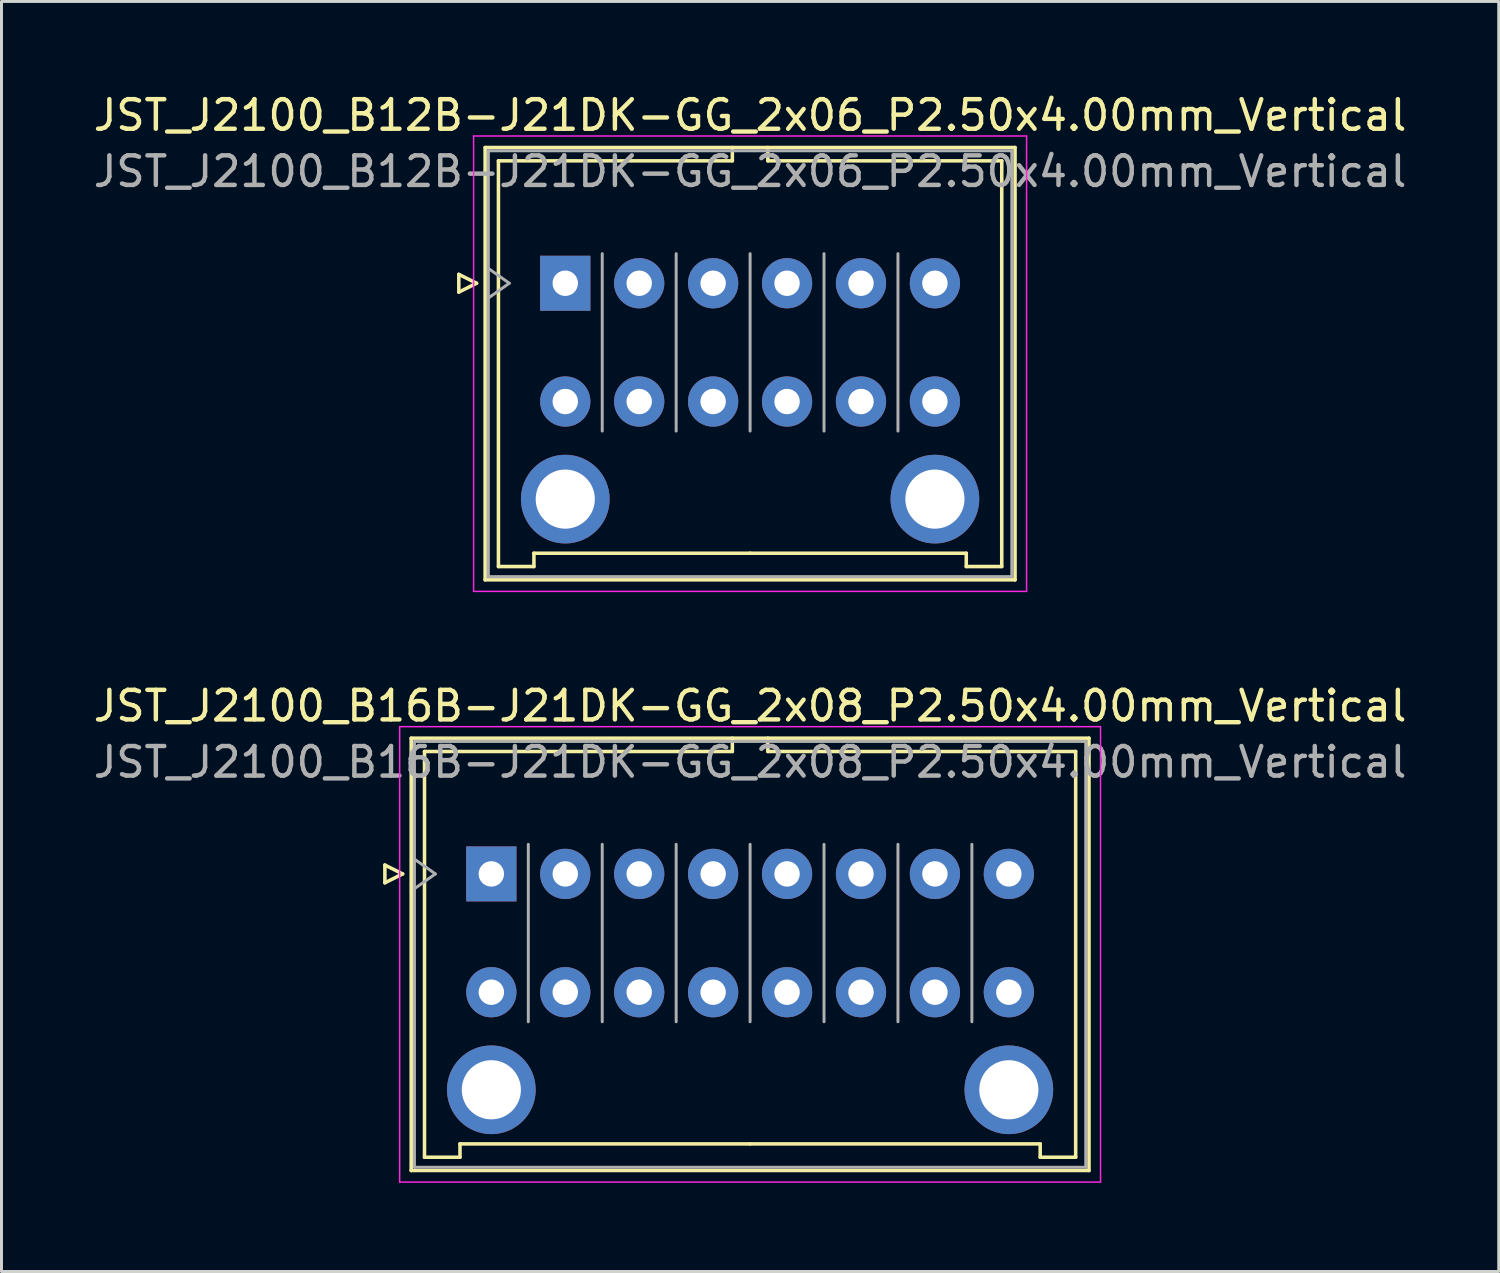
<source format=kicad_pcb>
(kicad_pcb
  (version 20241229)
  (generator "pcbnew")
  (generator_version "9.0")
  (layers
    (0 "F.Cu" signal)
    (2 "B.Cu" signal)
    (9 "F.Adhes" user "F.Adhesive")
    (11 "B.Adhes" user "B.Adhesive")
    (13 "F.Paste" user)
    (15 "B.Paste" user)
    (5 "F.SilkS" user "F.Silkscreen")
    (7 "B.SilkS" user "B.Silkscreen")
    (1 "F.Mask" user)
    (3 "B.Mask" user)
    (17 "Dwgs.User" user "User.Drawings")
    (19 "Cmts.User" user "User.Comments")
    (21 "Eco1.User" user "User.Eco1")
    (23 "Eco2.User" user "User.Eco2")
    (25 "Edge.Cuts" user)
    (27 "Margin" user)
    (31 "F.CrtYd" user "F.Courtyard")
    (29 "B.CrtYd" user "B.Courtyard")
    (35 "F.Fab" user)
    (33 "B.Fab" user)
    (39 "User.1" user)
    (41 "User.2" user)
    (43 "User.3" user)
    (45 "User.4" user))
  (footprint "JST_J2100_B12B-J21DK-GG_2x06_P2.50x4.00mm_Vertical"
    (layer "F.Cu")
    (at 16.065 6.528)
    (property "Reference" "JST_J2100_B12B-J21DK-GG_2x06_P2.50x4.00mm_Vertical" (at 6.25 -5.68 0) (layer "F.SilkS") (effects (font (size 1 1) (thickness 0.15))))
    (attr through_hole)
    (fp_line (start -3.6 -0.3) (end -3 0) (stroke (width 0.12) (type solid)) (layer "F.SilkS"))
    (fp_line (start -3.6 0.3) (end -3.6 -0.3) (stroke (width 0.12) (type solid)) (layer "F.SilkS"))
    (fp_line (start -3 0) (end -3.6 0.3) (stroke (width 0.12) (type solid)) (layer "F.SilkS"))
    (fp_line (start -2.71 -4.59) (end -2.71 10.03) (stroke (width 0.12) (type solid)) (layer "F.SilkS"))
    (fp_line (start -2.71 10.03) (end 15.21 10.03) (stroke (width 0.12) (type solid)) (layer "F.SilkS"))
    (fp_line (start -2.26 -4.14) (end -2.26 9.58) (stroke (width 0.12) (type solid)) (layer "F.SilkS"))
    (fp_line (start -2.26 9.58) (end -1.06 9.58) (stroke (width 0.12) (type solid)) (layer "F.SilkS"))
    (fp_line (start -1.06 9.13) (end 6.25 9.13) (stroke (width 0.12) (type solid)) (layer "F.SilkS"))
    (fp_line (start -1.06 9.58) (end -1.06 9.13) (stroke (width 0.12) (type solid)) (layer "F.SilkS"))
    (fp_line (start 5.65 -4.59) (end 5.65 -4.14) (stroke (width 0.12) (type solid)) (layer "F.SilkS"))
    (fp_line (start 5.65 -4.14) (end -2.26 -4.14) (stroke (width 0.12) (type solid)) (layer "F.SilkS"))
    (fp_line (start 6.85 -4.59) (end 6.85 -4.14) (stroke (width 0.12) (type solid)) (layer "F.SilkS"))
    (fp_line (start 6.85 -4.14) (end 14.76 -4.14) (stroke (width 0.12) (type solid)) (layer "F.SilkS"))
    (fp_line (start 13.56 9.13) (end 6.25 9.13) (stroke (width 0.12) (type solid)) (layer "F.SilkS"))
    (fp_line (start 13.56 9.58) (end 13.56 9.13) (stroke (width 0.12) (type solid)) (layer "F.SilkS"))
    (fp_line (start 14.76 -4.14) (end 14.76 9.58) (stroke (width 0.12) (type solid)) (layer "F.SilkS"))
    (fp_line (start 14.76 9.58) (end 13.56 9.58) (stroke (width 0.12) (type solid)) (layer "F.SilkS"))
    (fp_line (start 15.21 -4.59) (end -2.71 -4.59) (stroke (width 0.12) (type solid)) (layer "F.SilkS"))
    (fp_line (start 15.21 10.03) (end 15.21 -4.59) (stroke (width 0.12) (type solid)) (layer "F.SilkS"))
    (fp_line (start -3.1 -4.98) (end -3.1 10.42) (stroke (width 0.05) (type solid)) (layer "F.CrtYd"))
    (fp_line (start -3.1 10.42) (end 15.6 10.42) (stroke (width 0.05) (type solid)) (layer "F.CrtYd"))
    (fp_line (start 15.6 -4.98) (end -3.1 -4.98) (stroke (width 0.05) (type solid)) (layer "F.CrtYd"))
    (fp_line (start 15.6 10.42) (end 15.6 -4.98) (stroke (width 0.05) (type solid)) (layer "F.CrtYd"))
    (fp_line (start -2.6 -4.48) (end -2.6 9.92) (stroke (width 0.1) (type solid)) (layer "F.Fab"))
    (fp_line (start -2.6 0.5) (end -1.893 0) (stroke (width 0.1) (type solid)) (layer "F.Fab"))
    (fp_line (start -2.6 9.92) (end 15.1 9.92) (stroke (width 0.1) (type solid)) (layer "F.Fab"))
    (fp_line (start -1.893 0) (end -2.6 -0.5) (stroke (width 0.1) (type solid)) (layer "F.Fab"))
    (fp_line (start 1.25 5) (end 1.25 -1) (stroke (width 0.1) (type solid)) (layer "F.Fab"))
    (fp_line (start 3.75 5) (end 3.75 -1) (stroke (width 0.1) (type solid)) (layer "F.Fab"))
    (fp_line (start 6.25 5) (end 6.25 -1) (stroke (width 0.1) (type solid)) (layer "F.Fab"))
    (fp_line (start 8.75 5) (end 8.75 -1) (stroke (width 0.1) (type solid)) (layer "F.Fab"))
    (fp_line (start 11.25 5) (end 11.25 -1) (stroke (width 0.1) (type solid)) (layer "F.Fab"))
    (fp_line (start 15.1 -4.48) (end -2.6 -4.48) (stroke (width 0.1) (type solid)) (layer "F.Fab"))
    (fp_line (start 15.1 9.92) (end 15.1 -4.48) (stroke (width 0.1) (type solid)) (layer "F.Fab"))
    (fp_text user "${REFERENCE}" (at 6.25 -3.78 0) (layer "F.Fab") (effects (font (size 1 1) (thickness 0.15))))
    (pad "" thru_hole circle (at 0 7.3) (size 3 3) (drill 2) (layers "*.Cu" "*.Mask"))
    (pad "" thru_hole circle (at 12.5 7.3) (size 3 3) (drill 2) (layers "*.Cu" "*.Mask"))
    (pad "a1" thru_hole rect (at 0 0) (size 1.7 1.86) (drill 0.86) (layers "*.Cu" "*.Mask"))
    (pad "a2" thru_hole circle (at 2.5 0) (size 1.7 1.7) (drill 0.86) (layers "*.Cu" "*.Mask"))
    (pad "a3" thru_hole circle (at 5 0) (size 1.7 1.7) (drill 0.86) (layers "*.Cu" "*.Mask"))
    (pad "a4" thru_hole circle (at 7.5 0) (size 1.7 1.7) (drill 0.86) (layers "*.Cu" "*.Mask"))
    (pad "a5" thru_hole circle (at 10 0) (size 1.7 1.7) (drill 0.86) (layers "*.Cu" "*.Mask"))
    (pad "a6" thru_hole circle (at 12.5 0) (size 1.7 1.7) (drill 0.86) (layers "*.Cu" "*.Mask"))
    (pad "b1" thru_hole circle (at 0 4) (size 1.7 1.7) (drill 0.86) (layers "*.Cu" "*.Mask"))
    (pad "b2" thru_hole circle (at 2.5 4) (size 1.7 1.7) (drill 0.86) (layers "*.Cu" "*.Mask"))
    (pad "b3" thru_hole circle (at 5 4) (size 1.7 1.7) (drill 0.86) (layers "*.Cu" "*.Mask"))
    (pad "b4" thru_hole circle (at 7.5 4) (size 1.7 1.7) (drill 0.86) (layers "*.Cu" "*.Mask"))
    (pad "b5" thru_hole circle (at 10 4) (size 1.7 1.7) (drill 0.86) (layers "*.Cu" "*.Mask"))
    (pad "b6" thru_hole circle (at 12.5 4) (size 1.7 1.7) (drill 0.86) (layers "*.Cu" "*.Mask")))
  (footprint "JST_J2100_B16B-J21DK-GG_2x08_P2.50x4.00mm_Vertical"
    (layer "F.Cu")
    (at 13.565 26.502)
    (property "Reference" "JST_J2100_B16B-J21DK-GG_2x08_P2.50x4.00mm_Vertical" (at 8.75 -5.68 0) (layer "F.SilkS") (effects (font (size 1 1) (thickness 0.15))))
    (attr through_hole)
    (fp_line (start -3.6 -0.3) (end -3 0) (stroke (width 0.12) (type solid)) (layer "F.SilkS"))
    (fp_line (start -3.6 0.3) (end -3.6 -0.3) (stroke (width 0.12) (type solid)) (layer "F.SilkS"))
    (fp_line (start -3 0) (end -3.6 0.3) (stroke (width 0.12) (type solid)) (layer "F.SilkS"))
    (fp_line (start -2.71 -4.59) (end -2.71 10.03) (stroke (width 0.12) (type solid)) (layer "F.SilkS"))
    (fp_line (start -2.71 10.03) (end 20.21 10.03) (stroke (width 0.12) (type solid)) (layer "F.SilkS"))
    (fp_line (start -2.26 -4.14) (end -2.26 9.58) (stroke (width 0.12) (type solid)) (layer "F.SilkS"))
    (fp_line (start -2.26 9.58) (end -1.06 9.58) (stroke (width 0.12) (type solid)) (layer "F.SilkS"))
    (fp_line (start -1.06 9.13) (end 8.75 9.13) (stroke (width 0.12) (type solid)) (layer "F.SilkS"))
    (fp_line (start -1.06 9.58) (end -1.06 9.13) (stroke (width 0.12) (type solid)) (layer "F.SilkS"))
    (fp_line (start 8.15 -4.59) (end 8.15 -4.14) (stroke (width 0.12) (type solid)) (layer "F.SilkS"))
    (fp_line (start 8.15 -4.14) (end -2.26 -4.14) (stroke (width 0.12) (type solid)) (layer "F.SilkS"))
    (fp_line (start 9.35 -4.59) (end 9.35 -4.14) (stroke (width 0.12) (type solid)) (layer "F.SilkS"))
    (fp_line (start 9.35 -4.14) (end 19.76 -4.14) (stroke (width 0.12) (type solid)) (layer "F.SilkS"))
    (fp_line (start 18.56 9.13) (end 8.75 9.13) (stroke (width 0.12) (type solid)) (layer "F.SilkS"))
    (fp_line (start 18.56 9.58) (end 18.56 9.13) (stroke (width 0.12) (type solid)) (layer "F.SilkS"))
    (fp_line (start 19.76 -4.14) (end 19.76 9.58) (stroke (width 0.12) (type solid)) (layer "F.SilkS"))
    (fp_line (start 19.76 9.58) (end 18.56 9.58) (stroke (width 0.12) (type solid)) (layer "F.SilkS"))
    (fp_line (start 20.21 -4.59) (end -2.71 -4.59) (stroke (width 0.12) (type solid)) (layer "F.SilkS"))
    (fp_line (start 20.21 10.03) (end 20.21 -4.59) (stroke (width 0.12) (type solid)) (layer "F.SilkS"))
    (fp_line (start -3.1 -4.98) (end -3.1 10.42) (stroke (width 0.05) (type solid)) (layer "F.CrtYd"))
    (fp_line (start -3.1 10.42) (end 20.6 10.42) (stroke (width 0.05) (type solid)) (layer "F.CrtYd"))
    (fp_line (start 20.6 -4.98) (end -3.1 -4.98) (stroke (width 0.05) (type solid)) (layer "F.CrtYd"))
    (fp_line (start 20.6 10.42) (end 20.6 -4.98) (stroke (width 0.05) (type solid)) (layer "F.CrtYd"))
    (fp_line (start -2.6 -4.48) (end -2.6 9.92) (stroke (width 0.1) (type solid)) (layer "F.Fab"))
    (fp_line (start -2.6 0.5) (end -1.893 0) (stroke (width 0.1) (type solid)) (layer "F.Fab"))
    (fp_line (start -2.6 9.92) (end 20.1 9.92) (stroke (width 0.1) (type solid)) (layer "F.Fab"))
    (fp_line (start -1.893 0) (end -2.6 -0.5) (stroke (width 0.1) (type solid)) (layer "F.Fab"))
    (fp_line (start 1.25 5) (end 1.25 -1) (stroke (width 0.1) (type solid)) (layer "F.Fab"))
    (fp_line (start 3.75 5) (end 3.75 -1) (stroke (width 0.1) (type solid)) (layer "F.Fab"))
    (fp_line (start 6.25 5) (end 6.25 -1) (stroke (width 0.1) (type solid)) (layer "F.Fab"))
    (fp_line (start 8.75 5) (end 8.75 -1) (stroke (width 0.1) (type solid)) (layer "F.Fab"))
    (fp_line (start 11.25 5) (end 11.25 -1) (stroke (width 0.1) (type solid)) (layer "F.Fab"))
    (fp_line (start 13.75 5) (end 13.75 -1) (stroke (width 0.1) (type solid)) (layer "F.Fab"))
    (fp_line (start 16.25 5) (end 16.25 -1) (stroke (width 0.1) (type solid)) (layer "F.Fab"))
    (fp_line (start 20.1 -4.48) (end -2.6 -4.48) (stroke (width 0.1) (type solid)) (layer "F.Fab"))
    (fp_line (start 20.1 9.92) (end 20.1 -4.48) (stroke (width 0.1) (type solid)) (layer "F.Fab"))
    (fp_text user "${REFERENCE}" (at 8.75 -3.78 0) (layer "F.Fab") (effects (font (size 1 1) (thickness 0.15))))
    (pad "" thru_hole circle (at 0 7.3) (size 3 3) (drill 2) (layers "*.Cu" "*.Mask"))
    (pad "" thru_hole circle (at 17.5 7.3) (size 3 3) (drill 2) (layers "*.Cu" "*.Mask"))
    (pad "a1" thru_hole rect (at 0 0) (size 1.7 1.86) (drill 0.86) (layers "*.Cu" "*.Mask"))
    (pad "a2" thru_hole circle (at 2.5 0) (size 1.7 1.7) (drill 0.86) (layers "*.Cu" "*.Mask"))
    (pad "a3" thru_hole circle (at 5 0) (size 1.7 1.7) (drill 0.86) (layers "*.Cu" "*.Mask"))
    (pad "a4" thru_hole circle (at 7.5 0) (size 1.7 1.7) (drill 0.86) (layers "*.Cu" "*.Mask"))
    (pad "a5" thru_hole circle (at 10 0) (size 1.7 1.7) (drill 0.86) (layers "*.Cu" "*.Mask"))
    (pad "a6" thru_hole circle (at 12.5 0) (size 1.7 1.7) (drill 0.86) (layers "*.Cu" "*.Mask"))
    (pad "a7" thru_hole circle (at 15 0) (size 1.7 1.7) (drill 0.86) (layers "*.Cu" "*.Mask"))
    (pad "a8" thru_hole circle (at 17.5 0) (size 1.7 1.7) (drill 0.86) (layers "*.Cu" "*.Mask"))
    (pad "b1" thru_hole circle (at 0 4) (size 1.7 1.7) (drill 0.86) (layers "*.Cu" "*.Mask"))
    (pad "b2" thru_hole circle (at 2.5 4) (size 1.7 1.7) (drill 0.86) (layers "*.Cu" "*.Mask"))
    (pad "b3" thru_hole circle (at 5 4) (size 1.7 1.7) (drill 0.86) (layers "*.Cu" "*.Mask"))
    (pad "b4" thru_hole circle (at 7.5 4) (size 1.7 1.7) (drill 0.86) (layers "*.Cu" "*.Mask"))
    (pad "b5" thru_hole circle (at 10 4) (size 1.7 1.7) (drill 0.86) (layers "*.Cu" "*.Mask"))
    (pad "b6" thru_hole circle (at 12.5 4) (size 1.7 1.7) (drill 0.86) (layers "*.Cu" "*.Mask"))
    (pad "b7" thru_hole circle (at 15 4) (size 1.7 1.7) (drill 0.86) (layers "*.Cu" "*.Mask"))
    (pad "b8" thru_hole circle (at 17.5 4) (size 1.7 1.7) (drill 0.86) (layers "*.Cu" "*.Mask")))
  (gr_rect
    (start -3 -3)
    (end 47.631 39.947)
    (stroke (width 0.1) (type default))
    (fill no)
    (layer "Edge.Cuts")))
</source>
